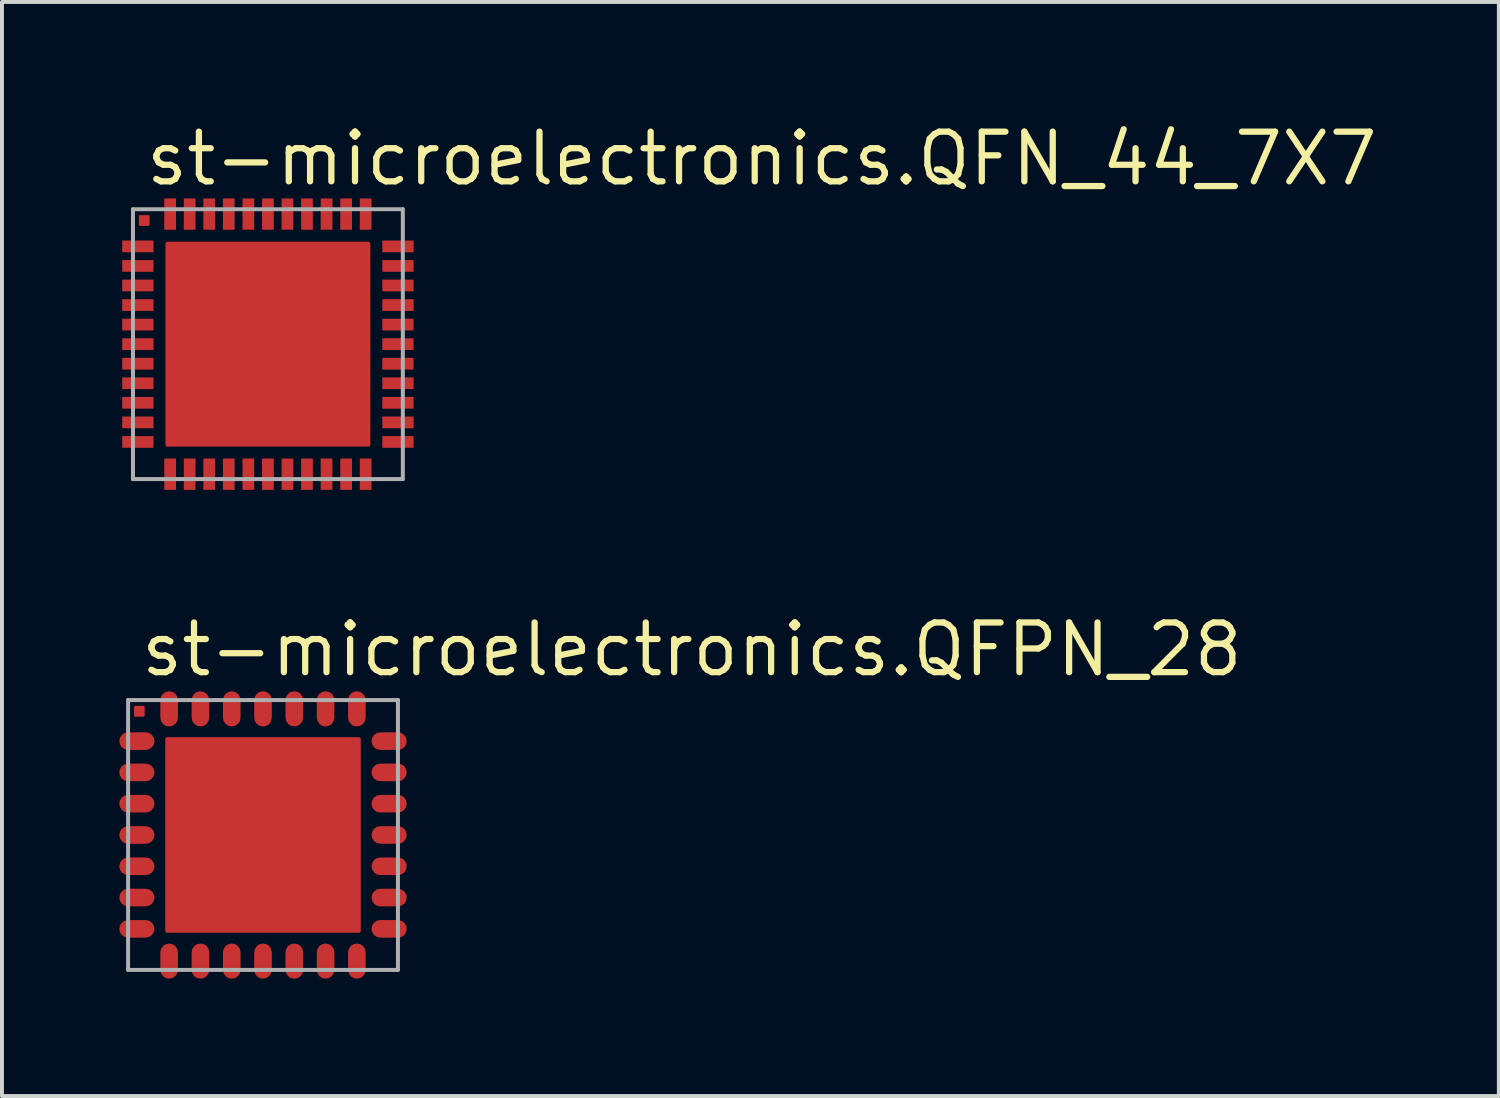
<source format=kicad_pcb>
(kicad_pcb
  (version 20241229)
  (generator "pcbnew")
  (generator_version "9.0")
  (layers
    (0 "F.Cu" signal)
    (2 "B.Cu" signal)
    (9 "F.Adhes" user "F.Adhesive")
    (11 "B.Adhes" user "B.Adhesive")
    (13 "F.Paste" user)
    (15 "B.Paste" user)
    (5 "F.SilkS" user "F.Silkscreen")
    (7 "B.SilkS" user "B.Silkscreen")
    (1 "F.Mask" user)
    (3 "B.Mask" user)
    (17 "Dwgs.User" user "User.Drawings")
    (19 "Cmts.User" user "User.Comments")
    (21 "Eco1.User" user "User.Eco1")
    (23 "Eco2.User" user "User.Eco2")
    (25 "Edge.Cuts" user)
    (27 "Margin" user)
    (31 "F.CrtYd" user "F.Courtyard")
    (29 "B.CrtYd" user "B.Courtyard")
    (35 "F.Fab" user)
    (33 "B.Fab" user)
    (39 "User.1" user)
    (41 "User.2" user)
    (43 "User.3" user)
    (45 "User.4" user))
  (footprint "st-microelectronics.QFN_44_7X7"
    (layer "F.Cu")
    (at 3.8 5.75)
    (property "Reference" "st-microelectronics.QFN_44_7X7" (at -3.2 -4 0) (layer "F.SilkS") (effects (font (size 1.27 1.27) (thickness 0.16)) (justify left bottom)))
    (attr smd)
    (fp_rect (start -3.275 -3.05) (end -3.05 -3.275) (stroke (width 0.05) (type default)) (fill yes) (layer "F.Cu"))
    (fp_rect (start -3.775 -2.3) (end -2.875 -2.7) (stroke (width 0.05) (type default)) (fill yes) (layer "F.Mask"))
    (fp_rect (start -3.775 -1.8) (end -2.875 -2.2) (stroke (width 0.05) (type default)) (fill yes) (layer "F.Mask"))
    (fp_rect (start -3.775 -1.3) (end -2.875 -1.7) (stroke (width 0.05) (type default)) (fill yes) (layer "F.Mask"))
    (fp_rect (start -3.775 -0.8) (end -2.875 -1.2) (stroke (width 0.05) (type default)) (fill yes) (layer "F.Mask"))
    (fp_rect (start -3.775 -0.3) (end -2.875 -0.7) (stroke (width 0.05) (type default)) (fill yes) (layer "F.Mask"))
    (fp_rect (start -3.775 0.2) (end -2.875 -0.2) (stroke (width 0.05) (type default)) (fill yes) (layer "F.Mask"))
    (fp_rect (start -3.775 0.7) (end -2.875 0.3) (stroke (width 0.05) (type default)) (fill yes) (layer "F.Mask"))
    (fp_rect (start -3.775 1.2) (end -2.875 0.8) (stroke (width 0.05) (type default)) (fill yes) (layer "F.Mask"))
    (fp_rect (start -3.775 1.7) (end -2.875 1.3) (stroke (width 0.05) (type default)) (fill yes) (layer "F.Mask"))
    (fp_rect (start -3.775 2.2) (end -2.875 1.8) (stroke (width 0.05) (type default)) (fill yes) (layer "F.Mask"))
    (fp_rect (start -3.775 2.7) (end -2.875 2.3) (stroke (width 0.05) (type default)) (fill yes) (layer "F.Mask"))
    (fp_rect (start -2.7 -2.875) (end -2.3 -3.775) (stroke (width 0.05) (type default)) (fill yes) (layer "F.Mask"))
    (fp_rect (start -2.7 3.775) (end -2.3 2.875) (stroke (width 0.05) (type default)) (fill yes) (layer "F.Mask"))
    (fp_rect (start -2.2 -2.875) (end -1.8 -3.775) (stroke (width 0.05) (type default)) (fill yes) (layer "F.Mask"))
    (fp_rect (start -2.2 3.775) (end -1.8 2.875) (stroke (width 0.05) (type default)) (fill yes) (layer "F.Mask"))
    (fp_rect (start -1.7 -2.875) (end -1.3 -3.775) (stroke (width 0.05) (type default)) (fill yes) (layer "F.Mask"))
    (fp_rect (start -1.7 3.775) (end -1.3 2.875) (stroke (width 0.05) (type default)) (fill yes) (layer "F.Mask"))
    (fp_rect (start -1.2 -2.875) (end -0.8 -3.775) (stroke (width 0.05) (type default)) (fill yes) (layer "F.Mask"))
    (fp_rect (start -1.2 3.775) (end -0.8 2.875) (stroke (width 0.05) (type default)) (fill yes) (layer "F.Mask"))
    (fp_rect (start -0.7 -2.875) (end -0.3 -3.775) (stroke (width 0.05) (type default)) (fill yes) (layer "F.Mask"))
    (fp_rect (start -0.7 3.775) (end -0.3 2.875) (stroke (width 0.05) (type default)) (fill yes) (layer "F.Mask"))
    (fp_rect (start -0.2 -2.875) (end 0.2 -3.775) (stroke (width 0.05) (type default)) (fill yes) (layer "F.Mask"))
    (fp_rect (start -0.2 3.775) (end 0.2 2.875) (stroke (width 0.05) (type default)) (fill yes) (layer "F.Mask"))
    (fp_rect (start 0.3 -2.875) (end 0.7 -3.775) (stroke (width 0.05) (type default)) (fill yes) (layer "F.Mask"))
    (fp_rect (start 0.3 3.775) (end 0.7 2.875) (stroke (width 0.05) (type default)) (fill yes) (layer "F.Mask"))
    (fp_rect (start 0.8 -2.875) (end 1.2 -3.775) (stroke (width 0.05) (type default)) (fill yes) (layer "F.Mask"))
    (fp_rect (start 0.8 3.775) (end 1.2 2.875) (stroke (width 0.05) (type default)) (fill yes) (layer "F.Mask"))
    (fp_rect (start 1.3 -2.875) (end 1.7 -3.775) (stroke (width 0.05) (type default)) (fill yes) (layer "F.Mask"))
    (fp_rect (start 1.3 3.775) (end 1.7 2.875) (stroke (width 0.05) (type default)) (fill yes) (layer "F.Mask"))
    (fp_rect (start 1.8 -2.875) (end 2.2 -3.775) (stroke (width 0.05) (type default)) (fill yes) (layer "F.Mask"))
    (fp_rect (start 1.8 3.775) (end 2.2 2.875) (stroke (width 0.05) (type default)) (fill yes) (layer "F.Mask"))
    (fp_rect (start 2.3 -2.875) (end 2.7 -3.775) (stroke (width 0.05) (type default)) (fill yes) (layer "F.Mask"))
    (fp_rect (start 2.3 3.775) (end 2.7 2.875) (stroke (width 0.05) (type default)) (fill yes) (layer "F.Mask"))
    (fp_rect (start 2.875 -2.3) (end 3.775 -2.7) (stroke (width 0.05) (type default)) (fill yes) (layer "F.Mask"))
    (fp_rect (start 2.875 -1.8) (end 3.775 -2.2) (stroke (width 0.05) (type default)) (fill yes) (layer "F.Mask"))
    (fp_rect (start 2.875 -1.3) (end 3.775 -1.7) (stroke (width 0.05) (type default)) (fill yes) (layer "F.Mask"))
    (fp_rect (start 2.875 -0.8) (end 3.775 -1.2) (stroke (width 0.05) (type default)) (fill yes) (layer "F.Mask"))
    (fp_rect (start 2.875 -0.3) (end 3.775 -0.7) (stroke (width 0.05) (type default)) (fill yes) (layer "F.Mask"))
    (fp_rect (start 2.875 0.2) (end 3.775 -0.2) (stroke (width 0.05) (type default)) (fill yes) (layer "F.Mask"))
    (fp_rect (start 2.875 0.7) (end 3.775 0.3) (stroke (width 0.05) (type default)) (fill yes) (layer "F.Mask"))
    (fp_rect (start 2.875 1.2) (end 3.775 0.8) (stroke (width 0.05) (type default)) (fill yes) (layer "F.Mask"))
    (fp_rect (start 2.875 1.7) (end 3.775 1.3) (stroke (width 0.05) (type default)) (fill yes) (layer "F.Mask"))
    (fp_rect (start 2.875 2.2) (end 3.775 1.8) (stroke (width 0.05) (type default)) (fill yes) (layer "F.Mask"))
    (fp_rect (start 2.875 2.7) (end 3.775 2.3) (stroke (width 0.05) (type default)) (fill yes) (layer "F.Mask"))
    (fp_rect (start -3.7 -2.375) (end -2.95 -2.625) (stroke (width 0.05) (type default)) (fill yes) (layer "F.Paste"))
    (fp_rect (start -3.7 -1.875) (end -2.95 -2.125) (stroke (width 0.05) (type default)) (fill yes) (layer "F.Paste"))
    (fp_rect (start -3.7 -1.375) (end -2.95 -1.625) (stroke (width 0.05) (type default)) (fill yes) (layer "F.Paste"))
    (fp_rect (start -3.7 -0.875) (end -2.95 -1.125) (stroke (width 0.05) (type default)) (fill yes) (layer "F.Paste"))
    (fp_rect (start -3.7 -0.375) (end -2.95 -0.625) (stroke (width 0.05) (type default)) (fill yes) (layer "F.Paste"))
    (fp_rect (start -3.7 0.125) (end -2.95 -0.125) (stroke (width 0.05) (type default)) (fill yes) (layer "F.Paste"))
    (fp_rect (start -3.7 0.625) (end -2.95 0.375) (stroke (width 0.05) (type default)) (fill yes) (layer "F.Paste"))
    (fp_rect (start -3.7 1.125) (end -2.95 0.875) (stroke (width 0.05) (type default)) (fill yes) (layer "F.Paste"))
    (fp_rect (start -3.7 1.625) (end -2.95 1.375) (stroke (width 0.05) (type default)) (fill yes) (layer "F.Paste"))
    (fp_rect (start -3.7 2.125) (end -2.95 1.875) (stroke (width 0.05) (type default)) (fill yes) (layer "F.Paste"))
    (fp_rect (start -3.7 2.625) (end -2.95 2.375) (stroke (width 0.05) (type default)) (fill yes) (layer "F.Paste"))
    (fp_rect (start -2.625 -2.95) (end -2.375 -3.7) (stroke (width 0.05) (type default)) (fill yes) (layer "F.Paste"))
    (fp_rect (start -2.625 3.7) (end -2.375 2.95) (stroke (width 0.05) (type default)) (fill yes) (layer "F.Paste"))
    (fp_rect (start -2.125 -2.95) (end -1.875 -3.7) (stroke (width 0.05) (type default)) (fill yes) (layer "F.Paste"))
    (fp_rect (start -2.125 3.7) (end -1.875 2.95) (stroke (width 0.05) (type default)) (fill yes) (layer "F.Paste"))
    (fp_rect (start -1.625 -2.95) (end -1.375 -3.7) (stroke (width 0.05) (type default)) (fill yes) (layer "F.Paste"))
    (fp_rect (start -1.625 3.7) (end -1.375 2.95) (stroke (width 0.05) (type default)) (fill yes) (layer "F.Paste"))
    (fp_rect (start -1.125 -2.95) (end -0.875 -3.7) (stroke (width 0.05) (type default)) (fill yes) (layer "F.Paste"))
    (fp_rect (start -1.125 3.7) (end -0.875 2.95) (stroke (width 0.05) (type default)) (fill yes) (layer "F.Paste"))
    (fp_rect (start -0.625 -2.95) (end -0.375 -3.7) (stroke (width 0.05) (type default)) (fill yes) (layer "F.Paste"))
    (fp_rect (start -0.625 3.7) (end -0.375 2.95) (stroke (width 0.05) (type default)) (fill yes) (layer "F.Paste"))
    (fp_rect (start -0.125 -2.95) (end 0.125 -3.7) (stroke (width 0.05) (type default)) (fill yes) (layer "F.Paste"))
    (fp_rect (start -0.125 3.7) (end 0.125 2.95) (stroke (width 0.05) (type default)) (fill yes) (layer "F.Paste"))
    (fp_rect (start 0.375 -2.95) (end 0.625 -3.7) (stroke (width 0.05) (type default)) (fill yes) (layer "F.Paste"))
    (fp_rect (start 0.375 3.7) (end 0.625 2.95) (stroke (width 0.05) (type default)) (fill yes) (layer "F.Paste"))
    (fp_rect (start 0.875 -2.95) (end 1.125 -3.7) (stroke (width 0.05) (type default)) (fill yes) (layer "F.Paste"))
    (fp_rect (start 0.875 3.7) (end 1.125 2.95) (stroke (width 0.05) (type default)) (fill yes) (layer "F.Paste"))
    (fp_rect (start 1.375 -2.95) (end 1.625 -3.7) (stroke (width 0.05) (type default)) (fill yes) (layer "F.Paste"))
    (fp_rect (start 1.375 3.7) (end 1.625 2.95) (stroke (width 0.05) (type default)) (fill yes) (layer "F.Paste"))
    (fp_rect (start 1.875 -2.95) (end 2.125 -3.7) (stroke (width 0.05) (type default)) (fill yes) (layer "F.Paste"))
    (fp_rect (start 1.875 3.7) (end 2.125 2.95) (stroke (width 0.05) (type default)) (fill yes) (layer "F.Paste"))
    (fp_rect (start 2.375 -2.95) (end 2.625 -3.7) (stroke (width 0.05) (type default)) (fill yes) (layer "F.Paste"))
    (fp_rect (start 2.375 3.7) (end 2.625 2.95) (stroke (width 0.05) (type default)) (fill yes) (layer "F.Paste"))
    (fp_rect (start 2.95 -2.375) (end 3.7 -2.625) (stroke (width 0.05) (type default)) (fill yes) (layer "F.Paste"))
    (fp_rect (start 2.95 -1.875) (end 3.7 -2.125) (stroke (width 0.05) (type default)) (fill yes) (layer "F.Paste"))
    (fp_rect (start 2.95 -1.375) (end 3.7 -1.625) (stroke (width 0.05) (type default)) (fill yes) (layer "F.Paste"))
    (fp_rect (start 2.95 -0.875) (end 3.7 -1.125) (stroke (width 0.05) (type default)) (fill yes) (layer "F.Paste"))
    (fp_rect (start 2.95 -0.375) (end 3.7 -0.625) (stroke (width 0.05) (type default)) (fill yes) (layer "F.Paste"))
    (fp_rect (start 2.95 0.125) (end 3.7 -0.125) (stroke (width 0.05) (type default)) (fill yes) (layer "F.Paste"))
    (fp_rect (start 2.95 0.625) (end 3.7 0.375) (stroke (width 0.05) (type default)) (fill yes) (layer "F.Paste"))
    (fp_rect (start 2.95 1.125) (end 3.7 0.875) (stroke (width 0.05) (type default)) (fill yes) (layer "F.Paste"))
    (fp_rect (start 2.95 1.625) (end 3.7 1.375) (stroke (width 0.05) (type default)) (fill yes) (layer "F.Paste"))
    (fp_rect (start 2.95 2.125) (end 3.7 1.875) (stroke (width 0.05) (type default)) (fill yes) (layer "F.Paste"))
    (fp_rect (start 2.95 2.625) (end 3.7 2.375) (stroke (width 0.05) (type default)) (fill yes) (layer "F.Paste"))
    (fp_line (start -3.45 -3.45) (end 3.45 -3.45) (stroke (width 0.102) (type default)) (layer "F.Fab"))
    (fp_line (start -3.45 3.45) (end -3.45 -3.45) (stroke (width 0.102) (type default)) (layer "F.Fab"))
    (fp_line (start 3.45 -3.45) (end 3.45 3.45) (stroke (width 0.102) (type default)) (layer "F.Fab"))
    (fp_line (start 3.45 3.45) (end -3.45 3.45) (stroke (width 0.102) (type default)) (layer "F.Fab"))
    (pad "1" smd roundrect (at -3.325 -2.5) (size 0.8 0.3) (layers "F.Cu" "F.Mask" "F.Paste") (roundrect_rratio 0.01))
    (pad "2" smd roundrect (at -3.325 -2) (size 0.8 0.3) (layers "F.Cu" "F.Mask" "F.Paste") (roundrect_rratio 0.01))
    (pad "3" smd roundrect (at -3.325 -1.5) (size 0.8 0.3) (layers "F.Cu" "F.Mask" "F.Paste") (roundrect_rratio 0.01))
    (pad "4" smd roundrect (at -3.325 -1) (size 0.8 0.3) (layers "F.Cu" "F.Mask" "F.Paste") (roundrect_rratio 0.01))
    (pad "5" smd roundrect (at -3.325 -0.5) (size 0.8 0.3) (layers "F.Cu" "F.Mask" "F.Paste") (roundrect_rratio 0.01))
    (pad "6" smd roundrect (at -3.325 0) (size 0.8 0.3) (layers "F.Cu" "F.Mask" "F.Paste") (roundrect_rratio 0.01))
    (pad "7" smd roundrect (at -3.325 0.5) (size 0.8 0.3) (layers "F.Cu" "F.Mask" "F.Paste") (roundrect_rratio 0.01))
    (pad "8" smd roundrect (at -3.325 1) (size 0.8 0.3) (layers "F.Cu" "F.Mask" "F.Paste") (roundrect_rratio 0.01))
    (pad "9" smd roundrect (at -3.325 1.5) (size 0.8 0.3) (layers "F.Cu" "F.Mask" "F.Paste") (roundrect_rratio 0.01))
    (pad "10" smd roundrect (at -3.325 2) (size 0.8 0.3) (layers "F.Cu" "F.Mask" "F.Paste") (roundrect_rratio 0.01))
    (pad "11" smd roundrect (at -3.325 2.5) (size 0.8 0.3) (layers "F.Cu" "F.Mask" "F.Paste") (roundrect_rratio 0.01))
    (pad "12" smd roundrect (at -2.5 3.325 90) (size 0.8 0.3) (layers "F.Cu" "F.Mask" "F.Paste") (roundrect_rratio 0.01))
    (pad "13" smd roundrect (at -2 3.325 90) (size 0.8 0.3) (layers "F.Cu" "F.Mask" "F.Paste") (roundrect_rratio 0.01))
    (pad "14" smd roundrect (at -1.5 3.325 90) (size 0.8 0.3) (layers "F.Cu" "F.Mask" "F.Paste") (roundrect_rratio 0.01))
    (pad "15" smd roundrect (at -1 3.325 90) (size 0.8 0.3) (layers "F.Cu" "F.Mask" "F.Paste") (roundrect_rratio 0.01))
    (pad "16" smd roundrect (at -0.5 3.325 90) (size 0.8 0.3) (layers "F.Cu" "F.Mask" "F.Paste") (roundrect_rratio 0.01))
    (pad "17" smd roundrect (at 0 3.325 90) (size 0.8 0.3) (layers "F.Cu" "F.Mask" "F.Paste") (roundrect_rratio 0.01))
    (pad "18" smd roundrect (at 0.5 3.325 90) (size 0.8 0.3) (layers "F.Cu" "F.Mask" "F.Paste") (roundrect_rratio 0.01))
    (pad "19" smd roundrect (at 1 3.325 90) (size 0.8 0.3) (layers "F.Cu" "F.Mask" "F.Paste") (roundrect_rratio 0.01))
    (pad "20" smd roundrect (at 1.5 3.325 90) (size 0.8 0.3) (layers "F.Cu" "F.Mask" "F.Paste") (roundrect_rratio 0.01))
    (pad "21" smd roundrect (at 2 3.325 90) (size 0.8 0.3) (layers "F.Cu" "F.Mask" "F.Paste") (roundrect_rratio 0.01))
    (pad "22" smd roundrect (at 2.5 3.325 90) (size 0.8 0.3) (layers "F.Cu" "F.Mask" "F.Paste") (roundrect_rratio 0.01))
    (pad "23" smd roundrect (at 3.325 2.5 180) (size 0.8 0.3) (layers "F.Cu" "F.Mask" "F.Paste") (roundrect_rratio 0.01))
    (pad "24" smd roundrect (at 3.325 2 180) (size 0.8 0.3) (layers "F.Cu" "F.Mask" "F.Paste") (roundrect_rratio 0.01))
    (pad "25" smd roundrect (at 3.325 1.5 180) (size 0.8 0.3) (layers "F.Cu" "F.Mask" "F.Paste") (roundrect_rratio 0.01))
    (pad "26" smd roundrect (at 3.325 1 180) (size 0.8 0.3) (layers "F.Cu" "F.Mask" "F.Paste") (roundrect_rratio 0.01))
    (pad "27" smd roundrect (at 3.325 0.5 180) (size 0.8 0.3) (layers "F.Cu" "F.Mask" "F.Paste") (roundrect_rratio 0.01))
    (pad "28" smd roundrect (at 3.325 0 180) (size 0.8 0.3) (layers "F.Cu" "F.Mask" "F.Paste") (roundrect_rratio 0.01))
    (pad "29" smd roundrect (at 3.325 -0.5 180) (size 0.8 0.3) (layers "F.Cu" "F.Mask" "F.Paste") (roundrect_rratio 0.01))
    (pad "30" smd roundrect (at 3.325 -1 180) (size 0.8 0.3) (layers "F.Cu" "F.Mask" "F.Paste") (roundrect_rratio 0.01))
    (pad "31" smd roundrect (at 3.325 -1.5 180) (size 0.8 0.3) (layers "F.Cu" "F.Mask" "F.Paste") (roundrect_rratio 0.01))
    (pad "32" smd roundrect (at 3.325 -2 180) (size 0.8 0.3) (layers "F.Cu" "F.Mask" "F.Paste") (roundrect_rratio 0.01))
    (pad "33" smd roundrect (at 3.325 -2.5 180) (size 0.8 0.3) (layers "F.Cu" "F.Mask" "F.Paste") (roundrect_rratio 0.01))
    (pad "34" smd roundrect (at 2.5 -3.325 270) (size 0.8 0.3) (layers "F.Cu" "F.Mask" "F.Paste") (roundrect_rratio 0.01))
    (pad "35" smd roundrect (at 2 -3.325 270) (size 0.8 0.3) (layers "F.Cu" "F.Mask" "F.Paste") (roundrect_rratio 0.01))
    (pad "36" smd roundrect (at 1.5 -3.325 270) (size 0.8 0.3) (layers "F.Cu" "F.Mask" "F.Paste") (roundrect_rratio 0.01))
    (pad "37" smd roundrect (at 1 -3.325 270) (size 0.8 0.3) (layers "F.Cu" "F.Mask" "F.Paste") (roundrect_rratio 0.01))
    (pad "38" smd roundrect (at 0.5 -3.325 270) (size 0.8 0.3) (layers "F.Cu" "F.Mask" "F.Paste") (roundrect_rratio 0.01))
    (pad "39" smd roundrect (at 0 -3.325 270) (size 0.8 0.3) (layers "F.Cu" "F.Mask" "F.Paste") (roundrect_rratio 0.01))
    (pad "40" smd roundrect (at -0.5 -3.325 270) (size 0.8 0.3) (layers "F.Cu" "F.Mask" "F.Paste") (roundrect_rratio 0.01))
    (pad "41" smd roundrect (at -1 -3.325 270) (size 0.8 0.3) (layers "F.Cu" "F.Mask" "F.Paste") (roundrect_rratio 0.01))
    (pad "42" smd roundrect (at -1.5 -3.325 270) (size 0.8 0.3) (layers "F.Cu" "F.Mask" "F.Paste") (roundrect_rratio 0.01))
    (pad "43" smd roundrect (at -2 -3.325 270) (size 0.8 0.3) (layers "F.Cu" "F.Mask" "F.Paste") (roundrect_rratio 0.01))
    (pad "44" smd roundrect (at -2.5 -3.325 270) (size 0.8 0.3) (layers "F.Cu" "F.Mask" "F.Paste") (roundrect_rratio 0.01))
    (pad "TH" smd roundrect (at 0 0) (size 5.24 5.24) (layers "F.Cu" "F.Mask" "F.Paste") (roundrect_rratio 0.01)))
  (footprint "st-microelectronics.QFPN_28"
    (layer "F.Cu")
    (at 3.675 18.3)
    (property "Reference" "st-microelectronics.QFPN_28" (at -3.2 -4 0) (layer "F.SilkS") (effects (font (size 1.27 1.27) (thickness 0.16)) (justify left bottom)))
    (attr smd)
    (fp_rect (start -3.275 -3.05) (end -3.05 -3.275) (stroke (width 0.05) (type default)) (fill yes) (layer "F.Cu"))
    (fp_rect (start -2.525 2.525) (end 2.525 -2.525) (stroke (width 0.05) (type default)) (fill yes) (layer "F.Mask"))
    (fp_rect (start -2 2) (end 2 -2) (stroke (width 0.05) (type default)) (fill yes) (layer "F.Paste"))
    (fp_line (start -3.45 -3.45) (end 3.45 -3.45) (stroke (width 0.102) (type default)) (layer "F.Fab"))
    (fp_line (start -3.45 3.45) (end -3.45 -3.45) (stroke (width 0.102) (type default)) (layer "F.Fab"))
    (fp_line (start 3.45 -3.45) (end 3.45 3.45) (stroke (width 0.102) (type default)) (layer "F.Fab"))
    (fp_line (start 3.45 3.45) (end -3.45 3.45) (stroke (width 0.102) (type default)) (layer "F.Fab"))
    (pad "1" smd roundrect (at -3.225 -2.4) (size 0.9 0.45) (layers "F.Cu" "F.Mask" "F.Paste") (roundrect_rratio 0.5))
    (pad "2" smd roundrect (at -3.225 -1.6) (size 0.9 0.45) (layers "F.Cu" "F.Mask" "F.Paste") (roundrect_rratio 0.5))
    (pad "3" smd roundrect (at -3.225 -0.8) (size 0.9 0.45) (layers "F.Cu" "F.Mask" "F.Paste") (roundrect_rratio 0.5))
    (pad "4" smd roundrect (at -3.225 0) (size 0.9 0.45) (layers "F.Cu" "F.Mask" "F.Paste") (roundrect_rratio 0.5))
    (pad "5" smd roundrect (at -3.225 0.8) (size 0.9 0.45) (layers "F.Cu" "F.Mask" "F.Paste") (roundrect_rratio 0.5))
    (pad "6" smd roundrect (at -3.225 1.6) (size 0.9 0.45) (layers "F.Cu" "F.Mask" "F.Paste") (roundrect_rratio 0.5))
    (pad "7" smd roundrect (at -3.225 2.4) (size 0.9 0.45) (layers "F.Cu" "F.Mask" "F.Paste") (roundrect_rratio 0.5))
    (pad "8" smd roundrect (at -2.4 3.225 90) (size 0.9 0.45) (layers "F.Cu" "F.Mask" "F.Paste") (roundrect_rratio 0.5))
    (pad "9" smd roundrect (at -1.6 3.225 90) (size 0.9 0.45) (layers "F.Cu" "F.Mask" "F.Paste") (roundrect_rratio 0.5))
    (pad "10" smd roundrect (at -0.8 3.225 90) (size 0.9 0.45) (layers "F.Cu" "F.Mask" "F.Paste") (roundrect_rratio 0.5))
    (pad "11" smd roundrect (at 0 3.225 90) (size 0.9 0.45) (layers "F.Cu" "F.Mask" "F.Paste") (roundrect_rratio 0.5))
    (pad "12" smd roundrect (at 0.8 3.225 90) (size 0.9 0.45) (layers "F.Cu" "F.Mask" "F.Paste") (roundrect_rratio 0.5))
    (pad "13" smd roundrect (at 1.6 3.225 90) (size 0.9 0.45) (layers "F.Cu" "F.Mask" "F.Paste") (roundrect_rratio 0.5))
    (pad "14" smd roundrect (at 2.4 3.225 90) (size 0.9 0.45) (layers "F.Cu" "F.Mask" "F.Paste") (roundrect_rratio 0.5))
    (pad "15" smd roundrect (at 3.225 2.4 180) (size 0.9 0.45) (layers "F.Cu" "F.Mask" "F.Paste") (roundrect_rratio 0.5))
    (pad "16" smd roundrect (at 3.225 1.6 180) (size 0.9 0.45) (layers "F.Cu" "F.Mask" "F.Paste") (roundrect_rratio 0.5))
    (pad "17" smd roundrect (at 3.225 0.8 180) (size 0.9 0.45) (layers "F.Cu" "F.Mask" "F.Paste") (roundrect_rratio 0.5))
    (pad "18" smd roundrect (at 3.225 0 180) (size 0.9 0.45) (layers "F.Cu" "F.Mask" "F.Paste") (roundrect_rratio 0.5))
    (pad "19" smd roundrect (at 3.225 -0.8 180) (size 0.9 0.45) (layers "F.Cu" "F.Mask" "F.Paste") (roundrect_rratio 0.5))
    (pad "20" smd roundrect (at 3.225 -1.6 180) (size 0.9 0.45) (layers "F.Cu" "F.Mask" "F.Paste") (roundrect_rratio 0.5))
    (pad "21" smd roundrect (at 3.225 -2.4 180) (size 0.9 0.45) (layers "F.Cu" "F.Mask" "F.Paste") (roundrect_rratio 0.5))
    (pad "22" smd roundrect (at 2.4 -3.225 270) (size 0.9 0.45) (layers "F.Cu" "F.Mask" "F.Paste") (roundrect_rratio 0.5))
    (pad "23" smd roundrect (at 1.6 -3.225 270) (size 0.9 0.45) (layers "F.Cu" "F.Mask" "F.Paste") (roundrect_rratio 0.5))
    (pad "24" smd roundrect (at 0.8 -3.225 270) (size 0.9 0.45) (layers "F.Cu" "F.Mask" "F.Paste") (roundrect_rratio 0.5))
    (pad "25" smd roundrect (at 0 -3.225 270) (size 0.9 0.45) (layers "F.Cu" "F.Mask" "F.Paste") (roundrect_rratio 0.5))
    (pad "26" smd roundrect (at -0.8 -3.225 270) (size 0.9 0.45) (layers "F.Cu" "F.Mask" "F.Paste") (roundrect_rratio 0.5))
    (pad "27" smd roundrect (at -1.6 -3.225 270) (size 0.9 0.45) (layers "F.Cu" "F.Mask" "F.Paste") (roundrect_rratio 0.5))
    (pad "28" smd roundrect (at -2.4 -3.225 270) (size 0.9 0.45) (layers "F.Cu" "F.Mask" "F.Paste") (roundrect_rratio 0.5))
    (pad "TH" smd roundrect (at 0 0) (size 5 5) (layers "F.Cu" "F.Mask" "F.Paste") (roundrect_rratio 0.01)))
  (gr_rect
    (start -3 -3)
    (end 35.274 24.975)
    (stroke (width 0.1) (type default))
    (fill no)
    (layer "Edge.Cuts")))
</source>
